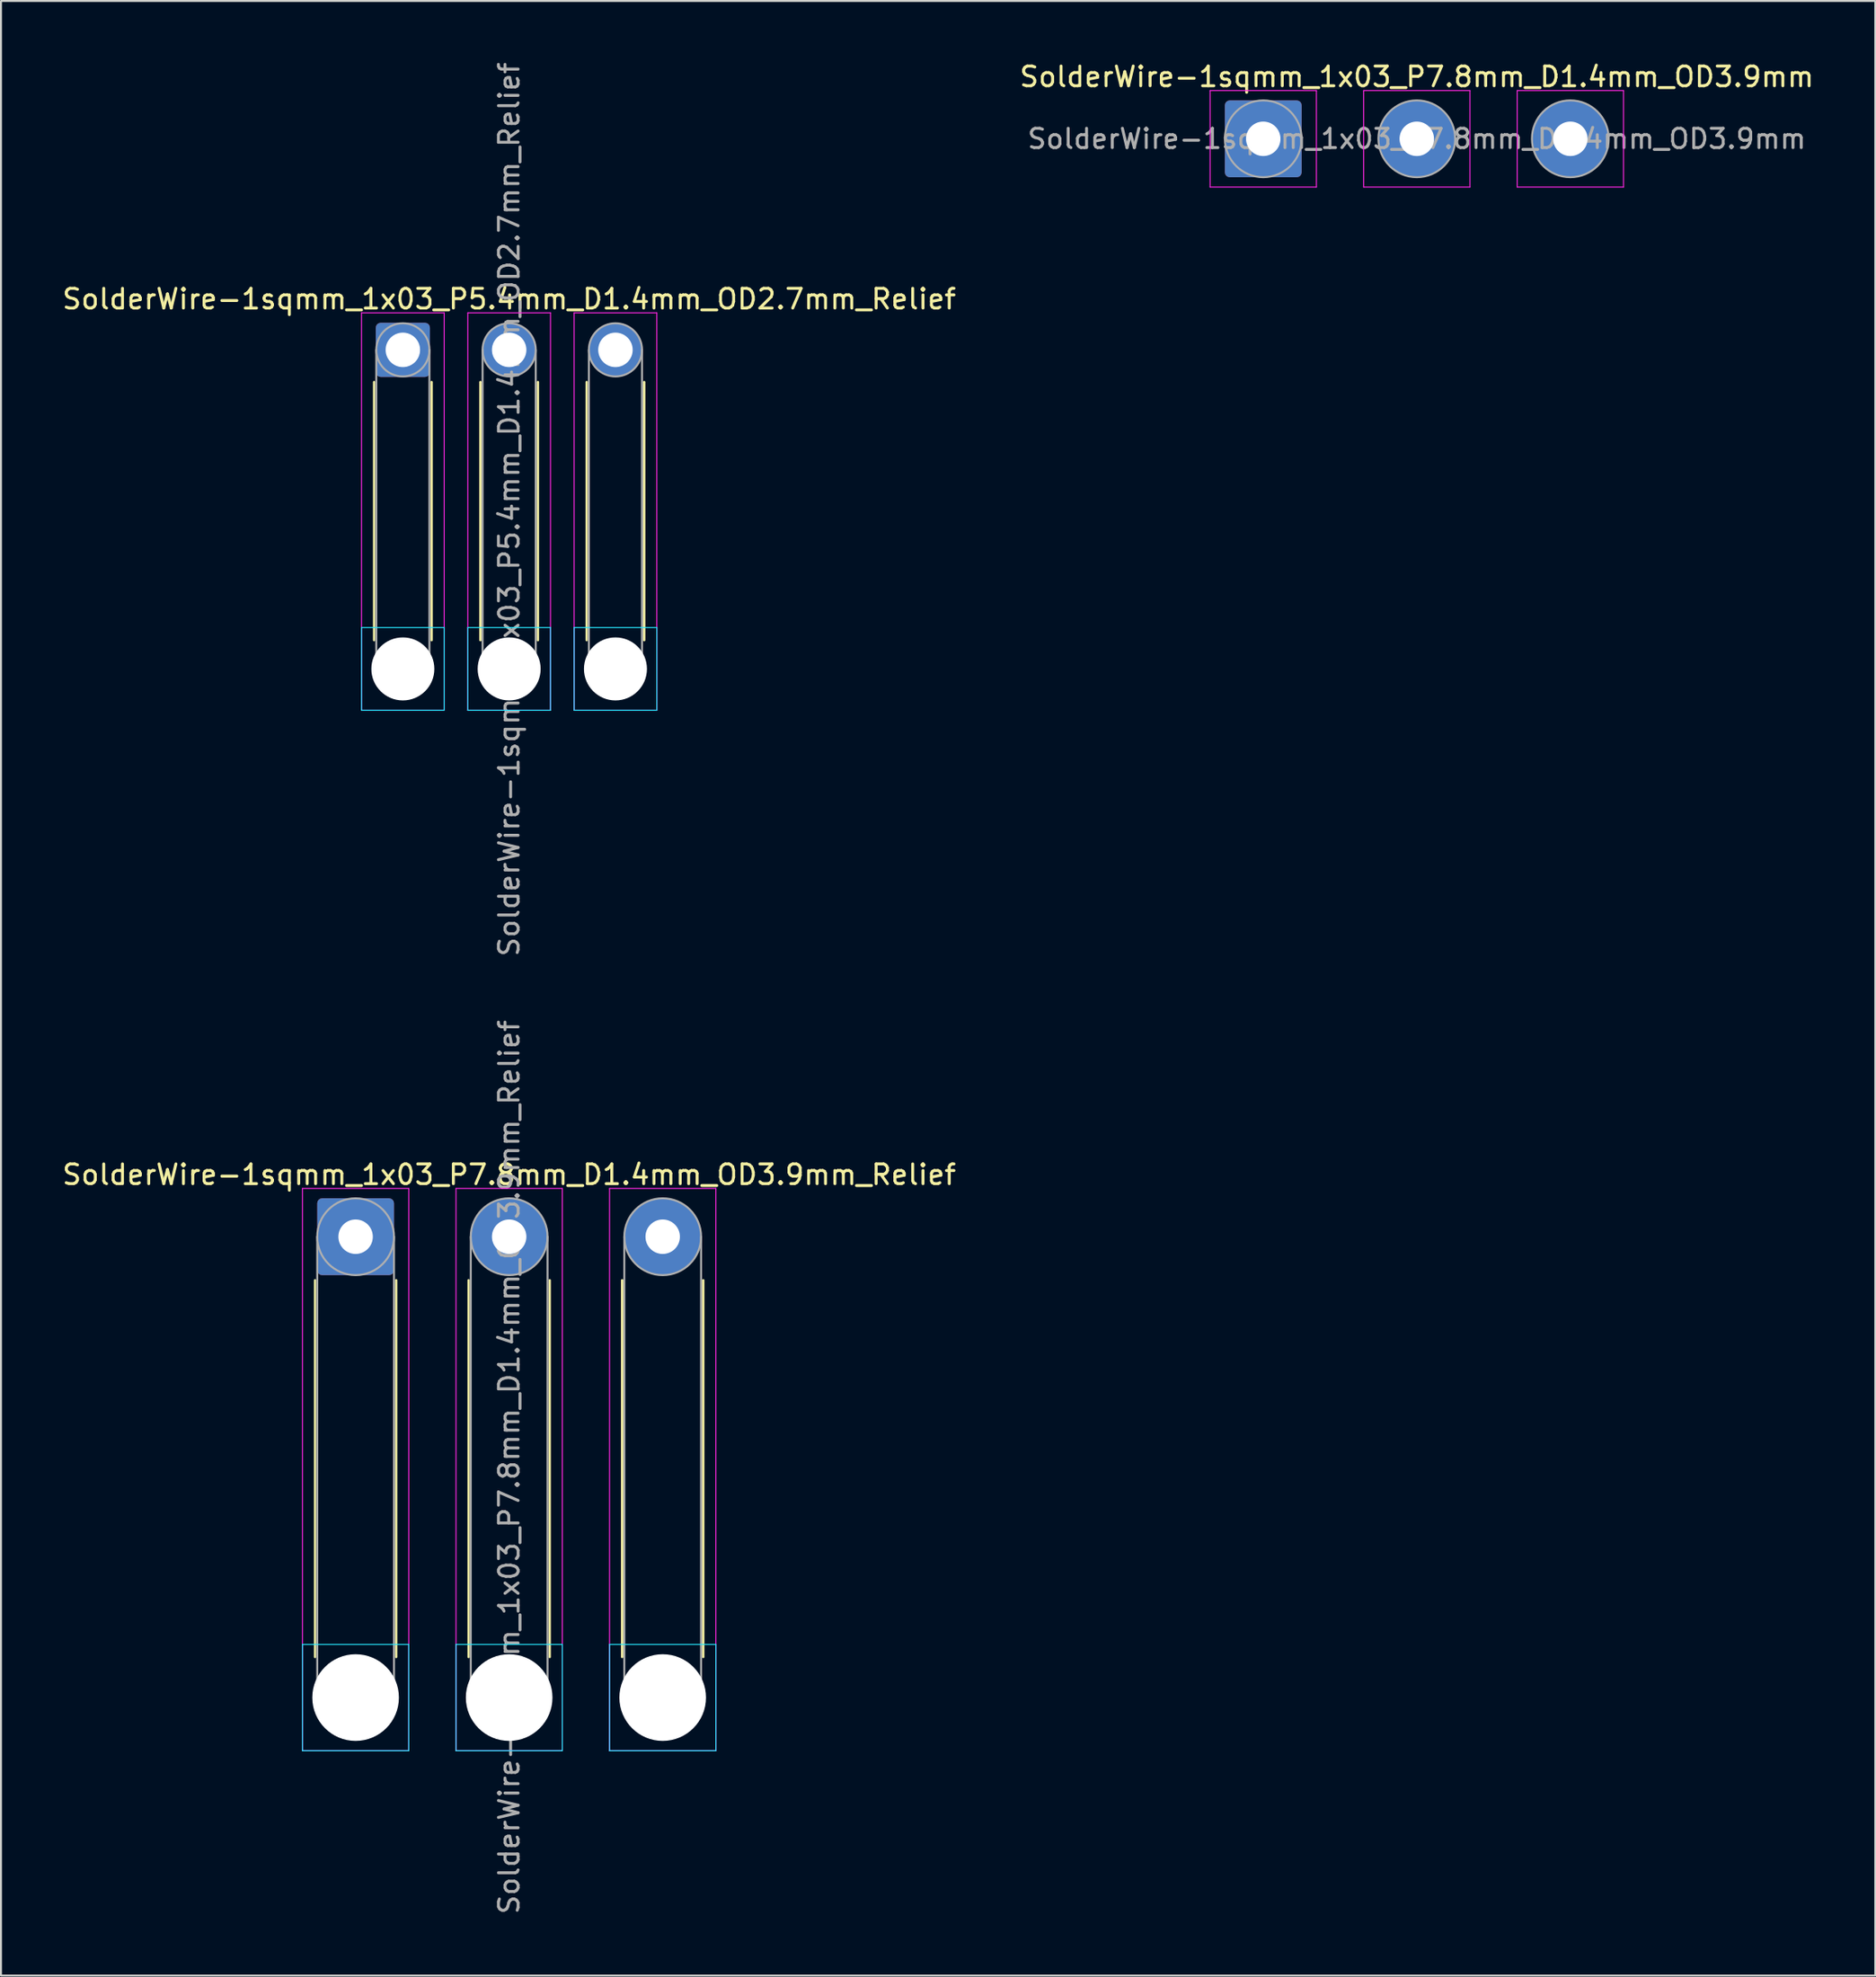
<source format=kicad_pcb>
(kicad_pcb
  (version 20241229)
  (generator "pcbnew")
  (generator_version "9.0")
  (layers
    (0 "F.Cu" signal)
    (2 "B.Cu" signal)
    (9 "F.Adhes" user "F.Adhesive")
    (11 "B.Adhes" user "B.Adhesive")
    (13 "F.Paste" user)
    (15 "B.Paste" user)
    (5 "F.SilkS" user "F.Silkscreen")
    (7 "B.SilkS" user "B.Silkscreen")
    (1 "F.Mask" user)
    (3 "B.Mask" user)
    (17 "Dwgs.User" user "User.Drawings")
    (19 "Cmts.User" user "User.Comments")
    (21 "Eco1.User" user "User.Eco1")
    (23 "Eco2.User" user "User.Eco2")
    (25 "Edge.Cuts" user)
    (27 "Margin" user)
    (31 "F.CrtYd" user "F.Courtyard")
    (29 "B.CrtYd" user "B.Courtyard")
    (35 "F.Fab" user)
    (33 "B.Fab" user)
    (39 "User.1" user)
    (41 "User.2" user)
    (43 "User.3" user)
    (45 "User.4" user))
  (footprint "SolderWire-1sqmm_1x03_P7.8mm_D1.4mm_OD3.9mm_Relief"
    (layer "F.Cu")
    (at 15.015 59.746)
    (property "Reference" "SolderWire-1sqmm_1x03_P7.8mm_D1.4mm_OD3.9mm_Relief" (at 7.8 -3.15 0) (layer "F.SilkS") (effects (font (size 1 1) (thickness 0.15))))
    (attr exclude_from_pos_files exclude_from_bom)
    (fp_line (start -2.06 2.21) (end -2.06 21.34) (stroke (width 0.12) (type solid)) (layer "F.SilkS"))
    (fp_line (start 2.06 2.21) (end 2.06 21.34) (stroke (width 0.12) (type solid)) (layer "F.SilkS"))
    (fp_line (start 5.74 2.21) (end 5.74 21.34) (stroke (width 0.12) (type solid)) (layer "F.SilkS"))
    (fp_line (start 9.86 2.21) (end 9.86 21.34) (stroke (width 0.12) (type solid)) (layer "F.SilkS"))
    (fp_line (start 13.54 2.21) (end 13.54 21.34) (stroke (width 0.12) (type solid)) (layer "F.SilkS"))
    (fp_line (start 17.66 2.21) (end 17.66 21.34) (stroke (width 0.12) (type solid)) (layer "F.SilkS"))
    (fp_line (start -2.7 20.7) (end -2.7 26.1) (stroke (width 0.05) (type solid)) (layer "B.CrtYd"))
    (fp_line (start -2.7 26.1) (end 2.7 26.1) (stroke (width 0.05) (type solid)) (layer "B.CrtYd"))
    (fp_line (start 2.7 20.7) (end -2.7 20.7) (stroke (width 0.05) (type solid)) (layer "B.CrtYd"))
    (fp_line (start 2.7 26.1) (end 2.7 20.7) (stroke (width 0.05) (type solid)) (layer "B.CrtYd"))
    (fp_line (start 5.1 20.7) (end 5.1 26.1) (stroke (width 0.05) (type solid)) (layer "B.CrtYd"))
    (fp_line (start 5.1 26.1) (end 10.5 26.1) (stroke (width 0.05) (type solid)) (layer "B.CrtYd"))
    (fp_line (start 10.5 20.7) (end 5.1 20.7) (stroke (width 0.05) (type solid)) (layer "B.CrtYd"))
    (fp_line (start 10.5 26.1) (end 10.5 20.7) (stroke (width 0.05) (type solid)) (layer "B.CrtYd"))
    (fp_line (start 12.9 20.7) (end 12.9 26.1) (stroke (width 0.05) (type solid)) (layer "B.CrtYd"))
    (fp_line (start 12.9 26.1) (end 18.3 26.1) (stroke (width 0.05) (type solid)) (layer "B.CrtYd"))
    (fp_line (start 18.3 20.7) (end 12.9 20.7) (stroke (width 0.05) (type solid)) (layer "B.CrtYd"))
    (fp_line (start 18.3 26.1) (end 18.3 20.7) (stroke (width 0.05) (type solid)) (layer "B.CrtYd"))
    (fp_line (start -2.7 -2.45) (end -2.7 26.1) (stroke (width 0.05) (type solid)) (layer "F.CrtYd"))
    (fp_line (start -2.7 26.1) (end 2.7 26.1) (stroke (width 0.05) (type solid)) (layer "F.CrtYd"))
    (fp_line (start 2.7 -2.45) (end -2.7 -2.45) (stroke (width 0.05) (type solid)) (layer "F.CrtYd"))
    (fp_line (start 2.7 26.1) (end 2.7 -2.45) (stroke (width 0.05) (type solid)) (layer "F.CrtYd"))
    (fp_line (start 5.1 -2.45) (end 5.1 26.1) (stroke (width 0.05) (type solid)) (layer "F.CrtYd"))
    (fp_line (start 5.1 26.1) (end 10.5 26.1) (stroke (width 0.05) (type solid)) (layer "F.CrtYd"))
    (fp_line (start 10.5 -2.45) (end 5.1 -2.45) (stroke (width 0.05) (type solid)) (layer "F.CrtYd"))
    (fp_line (start 10.5 26.1) (end 10.5 -2.45) (stroke (width 0.05) (type solid)) (layer "F.CrtYd"))
    (fp_line (start 12.9 -2.45) (end 12.9 26.1) (stroke (width 0.05) (type solid)) (layer "F.CrtYd"))
    (fp_line (start 12.9 26.1) (end 18.3 26.1) (stroke (width 0.05) (type solid)) (layer "F.CrtYd"))
    (fp_line (start 18.3 -2.45) (end 12.9 -2.45) (stroke (width 0.05) (type solid)) (layer "F.CrtYd"))
    (fp_line (start 18.3 26.1) (end 18.3 -2.45) (stroke (width 0.05) (type solid)) (layer "F.CrtYd"))
    (fp_line (start -1.95 0) (end -1.95 23.4) (stroke (width 0.1) (type solid)) (layer "F.Fab"))
    (fp_line (start 1.95 0) (end 1.95 23.4) (stroke (width 0.1) (type solid)) (layer "F.Fab"))
    (fp_line (start 5.85 0) (end 5.85 23.4) (stroke (width 0.1) (type solid)) (layer "F.Fab"))
    (fp_line (start 9.75 0) (end 9.75 23.4) (stroke (width 0.1) (type solid)) (layer "F.Fab"))
    (fp_line (start 13.65 0) (end 13.65 23.4) (stroke (width 0.1) (type solid)) (layer "F.Fab"))
    (fp_line (start 17.55 0) (end 17.55 23.4) (stroke (width 0.1) (type solid)) (layer "F.Fab"))
    (fp_circle (center 0 0) (end 1.95 0) (stroke (width 0.1) (type solid)) (fill no) (layer "F.Fab"))
    (fp_circle (center 0 23.4) (end 1.95 23.4) (stroke (width 0.1) (type solid)) (fill no) (layer "F.Fab"))
    (fp_circle (center 7.8 0) (end 9.75 0) (stroke (width 0.1) (type solid)) (fill no) (layer "F.Fab"))
    (fp_circle (center 7.8 23.4) (end 9.75 23.4) (stroke (width 0.1) (type solid)) (fill no) (layer "F.Fab"))
    (fp_circle (center 15.6 0) (end 17.55 0) (stroke (width 0.1) (type solid)) (fill no) (layer "F.Fab"))
    (fp_circle (center 15.6 23.4) (end 17.55 23.4) (stroke (width 0.1) (type solid)) (fill no) (layer "F.Fab"))
    (fp_text user "${REFERENCE}" (at 7.8 11.7 90) (layer "F.Fab") (effects (font (size 1 1) (thickness 0.15))))
    (pad "" np_thru_hole circle (at 0 23.4) (size 4.4 4.4) (drill 4.4) (layers "*.Cu" "*.Mask"))
    (pad "" np_thru_hole circle (at 7.8 23.4) (size 4.4 4.4) (drill 4.4) (layers "*.Cu" "*.Mask"))
    (pad "" np_thru_hole circle (at 15.6 23.4) (size 4.4 4.4) (drill 4.4) (layers "*.Cu" "*.Mask"))
    (pad "1" thru_hole roundrect (at 0 0) (size 3.9 3.9) (drill 1.75) (layers "*.Cu" "*.Mask") (roundrect_rratio 0.064))
    (pad "2" thru_hole circle (at 7.8 0) (size 3.9 3.9) (drill 1.75) (layers "*.Cu" "*.Mask"))
    (pad "3" thru_hole circle (at 15.6 0) (size 3.9 3.9) (drill 1.75) (layers "*.Cu" "*.Mask")))
  (footprint "SolderWire-1sqmm_1x03_P5.4mm_D1.4mm_OD2.7mm_Relief"
    (layer "F.Cu")
    (at 17.415 14.715)
    (property "Reference" "SolderWire-1sqmm_1x03_P5.4mm_D1.4mm_OD2.7mm_Relief" (at 5.4 -2.58 0) (layer "F.SilkS") (effects (font (size 1 1) (thickness 0.15))))
    (attr exclude_from_pos_files exclude_from_bom)
    (fp_line (start -1.46 1.635) (end -1.46 14.74) (stroke (width 0.12) (type solid)) (layer "F.SilkS"))
    (fp_line (start 1.46 1.635) (end 1.46 14.74) (stroke (width 0.12) (type solid)) (layer "F.SilkS"))
    (fp_line (start 3.94 1.635) (end 3.94 14.74) (stroke (width 0.12) (type solid)) (layer "F.SilkS"))
    (fp_line (start 6.86 1.635) (end 6.86 14.74) (stroke (width 0.12) (type solid)) (layer "F.SilkS"))
    (fp_line (start 9.34 1.635) (end 9.34 14.74) (stroke (width 0.12) (type solid)) (layer "F.SilkS"))
    (fp_line (start 12.26 1.635) (end 12.26 14.74) (stroke (width 0.12) (type solid)) (layer "F.SilkS"))
    (fp_line (start -2.1 14.1) (end -2.1 18.3) (stroke (width 0.05) (type solid)) (layer "B.CrtYd"))
    (fp_line (start -2.1 18.3) (end 2.1 18.3) (stroke (width 0.05) (type solid)) (layer "B.CrtYd"))
    (fp_line (start 2.1 14.1) (end -2.1 14.1) (stroke (width 0.05) (type solid)) (layer "B.CrtYd"))
    (fp_line (start 2.1 18.3) (end 2.1 14.1) (stroke (width 0.05) (type solid)) (layer "B.CrtYd"))
    (fp_line (start 3.3 14.1) (end 3.3 18.3) (stroke (width 0.05) (type solid)) (layer "B.CrtYd"))
    (fp_line (start 3.3 18.3) (end 7.5 18.3) (stroke (width 0.05) (type solid)) (layer "B.CrtYd"))
    (fp_line (start 7.5 14.1) (end 3.3 14.1) (stroke (width 0.05) (type solid)) (layer "B.CrtYd"))
    (fp_line (start 7.5 18.3) (end 7.5 14.1) (stroke (width 0.05) (type solid)) (layer "B.CrtYd"))
    (fp_line (start 8.7 14.1) (end 8.7 18.3) (stroke (width 0.05) (type solid)) (layer "B.CrtYd"))
    (fp_line (start 8.7 18.3) (end 12.9 18.3) (stroke (width 0.05) (type solid)) (layer "B.CrtYd"))
    (fp_line (start 12.9 14.1) (end 8.7 14.1) (stroke (width 0.05) (type solid)) (layer "B.CrtYd"))
    (fp_line (start 12.9 18.3) (end 12.9 14.1) (stroke (width 0.05) (type solid)) (layer "B.CrtYd"))
    (fp_line (start -2.1 -1.88) (end -2.1 18.3) (stroke (width 0.05) (type solid)) (layer "F.CrtYd"))
    (fp_line (start -2.1 18.3) (end 2.1 18.3) (stroke (width 0.05) (type solid)) (layer "F.CrtYd"))
    (fp_line (start 2.1 -1.88) (end -2.1 -1.88) (stroke (width 0.05) (type solid)) (layer "F.CrtYd"))
    (fp_line (start 2.1 18.3) (end 2.1 -1.88) (stroke (width 0.05) (type solid)) (layer "F.CrtYd"))
    (fp_line (start 3.3 -1.88) (end 3.3 18.3) (stroke (width 0.05) (type solid)) (layer "F.CrtYd"))
    (fp_line (start 3.3 18.3) (end 7.5 18.3) (stroke (width 0.05) (type solid)) (layer "F.CrtYd"))
    (fp_line (start 7.5 -1.88) (end 3.3 -1.88) (stroke (width 0.05) (type solid)) (layer "F.CrtYd"))
    (fp_line (start 7.5 18.3) (end 7.5 -1.88) (stroke (width 0.05) (type solid)) (layer "F.CrtYd"))
    (fp_line (start 8.7 -1.88) (end 8.7 18.3) (stroke (width 0.05) (type solid)) (layer "F.CrtYd"))
    (fp_line (start 8.7 18.3) (end 12.9 18.3) (stroke (width 0.05) (type solid)) (layer "F.CrtYd"))
    (fp_line (start 12.9 -1.88) (end 8.7 -1.88) (stroke (width 0.05) (type solid)) (layer "F.CrtYd"))
    (fp_line (start 12.9 18.3) (end 12.9 -1.88) (stroke (width 0.05) (type solid)) (layer "F.CrtYd"))
    (fp_line (start -1.35 0) (end -1.35 16.2) (stroke (width 0.1) (type solid)) (layer "F.Fab"))
    (fp_line (start 1.35 0) (end 1.35 16.2) (stroke (width 0.1) (type solid)) (layer "F.Fab"))
    (fp_line (start 4.05 0) (end 4.05 16.2) (stroke (width 0.1) (type solid)) (layer "F.Fab"))
    (fp_line (start 6.75 0) (end 6.75 16.2) (stroke (width 0.1) (type solid)) (layer "F.Fab"))
    (fp_line (start 9.45 0) (end 9.45 16.2) (stroke (width 0.1) (type solid)) (layer "F.Fab"))
    (fp_line (start 12.15 0) (end 12.15 16.2) (stroke (width 0.1) (type solid)) (layer "F.Fab"))
    (fp_circle (center 0 0) (end 1.35 0) (stroke (width 0.1) (type solid)) (fill no) (layer "F.Fab"))
    (fp_circle (center 0 16.2) (end 1.35 16.2) (stroke (width 0.1) (type solid)) (fill no) (layer "F.Fab"))
    (fp_circle (center 5.4 0) (end 6.75 0) (stroke (width 0.1) (type solid)) (fill no) (layer "F.Fab"))
    (fp_circle (center 5.4 16.2) (end 6.75 16.2) (stroke (width 0.1) (type solid)) (fill no) (layer "F.Fab"))
    (fp_circle (center 10.8 0) (end 12.15 0) (stroke (width 0.1) (type solid)) (fill no) (layer "F.Fab"))
    (fp_circle (center 10.8 16.2) (end 12.15 16.2) (stroke (width 0.1) (type solid)) (fill no) (layer "F.Fab"))
    (fp_text user "${REFERENCE}" (at 5.4 8.1 90) (layer "F.Fab") (effects (font (size 1 1) (thickness 0.15))))
    (pad "" np_thru_hole circle (at 0 16.2) (size 3.2 3.2) (drill 3.2) (layers "*.Cu" "*.Mask"))
    (pad "" np_thru_hole circle (at 5.4 16.2) (size 3.2 3.2) (drill 3.2) (layers "*.Cu" "*.Mask"))
    (pad "" np_thru_hole circle (at 10.8 16.2) (size 3.2 3.2) (drill 3.2) (layers "*.Cu" "*.Mask"))
    (pad "1" thru_hole roundrect (at 0 0) (size 2.75 2.75) (drill 1.75) (layers "*.Cu" "*.Mask") (roundrect_rratio 0.091))
    (pad "2" thru_hole circle (at 5.4 0) (size 2.75 2.75) (drill 1.75) (layers "*.Cu" "*.Mask"))
    (pad "3" thru_hole circle (at 10.8 0) (size 2.75 2.75) (drill 1.75) (layers "*.Cu" "*.Mask")))
  (footprint "SolderWire-1sqmm_1x03_P7.8mm_D1.4mm_OD3.9mm"
    (layer "F.Cu")
    (at 61.123 3.998)
    (property "Reference" "SolderWire-1sqmm_1x03_P7.8mm_D1.4mm_OD3.9mm" (at 7.8 -3.15 0) (layer "F.SilkS") (effects (font (size 1 1) (thickness 0.15))))
    (attr exclude_from_pos_files exclude_from_bom)
    (fp_line (start -2.7 -2.45) (end -2.7 2.45) (stroke (width 0.05) (type solid)) (layer "F.CrtYd"))
    (fp_line (start -2.7 2.45) (end 2.7 2.45) (stroke (width 0.05) (type solid)) (layer "F.CrtYd"))
    (fp_line (start 2.7 -2.45) (end -2.7 -2.45) (stroke (width 0.05) (type solid)) (layer "F.CrtYd"))
    (fp_line (start 2.7 2.45) (end 2.7 -2.45) (stroke (width 0.05) (type solid)) (layer "F.CrtYd"))
    (fp_line (start 5.1 -2.45) (end 5.1 2.45) (stroke (width 0.05) (type solid)) (layer "F.CrtYd"))
    (fp_line (start 5.1 2.45) (end 10.5 2.45) (stroke (width 0.05) (type solid)) (layer "F.CrtYd"))
    (fp_line (start 10.5 -2.45) (end 5.1 -2.45) (stroke (width 0.05) (type solid)) (layer "F.CrtYd"))
    (fp_line (start 10.5 2.45) (end 10.5 -2.45) (stroke (width 0.05) (type solid)) (layer "F.CrtYd"))
    (fp_line (start 12.9 -2.45) (end 12.9 2.45) (stroke (width 0.05) (type solid)) (layer "F.CrtYd"))
    (fp_line (start 12.9 2.45) (end 18.3 2.45) (stroke (width 0.05) (type solid)) (layer "F.CrtYd"))
    (fp_line (start 18.3 -2.45) (end 12.9 -2.45) (stroke (width 0.05) (type solid)) (layer "F.CrtYd"))
    (fp_line (start 18.3 2.45) (end 18.3 -2.45) (stroke (width 0.05) (type solid)) (layer "F.CrtYd"))
    (fp_circle (center 0 0) (end 1.95 0) (stroke (width 0.1) (type solid)) (fill no) (layer "F.Fab"))
    (fp_circle (center 7.8 0) (end 9.75 0) (stroke (width 0.1) (type solid)) (fill no) (layer "F.Fab"))
    (fp_circle (center 15.6 0) (end 17.55 0) (stroke (width 0.1) (type solid)) (fill no) (layer "F.Fab"))
    (fp_text user "${REFERENCE}" (at 7.8 0 0) (layer "F.Fab") (effects (font (size 0.98 0.98) (thickness 0.15))))
    (pad "1" thru_hole roundrect (at 0 0) (size 3.9 3.9) (drill 1.75) (layers "*.Cu" "*.Mask") (roundrect_rratio 0.064))
    (pad "2" thru_hole circle (at 7.8 0) (size 3.9 3.9) (drill 1.75) (layers "*.Cu" "*.Mask"))
    (pad "3" thru_hole circle (at 15.6 0) (size 3.9 3.9) (drill 1.75) (layers "*.Cu" "*.Mask")))
  (gr_rect
    (start -3 -3)
    (end 92.214 97.262)
    (stroke (width 0.1) (type default))
    (fill no)
    (layer "Edge.Cuts")))
</source>
